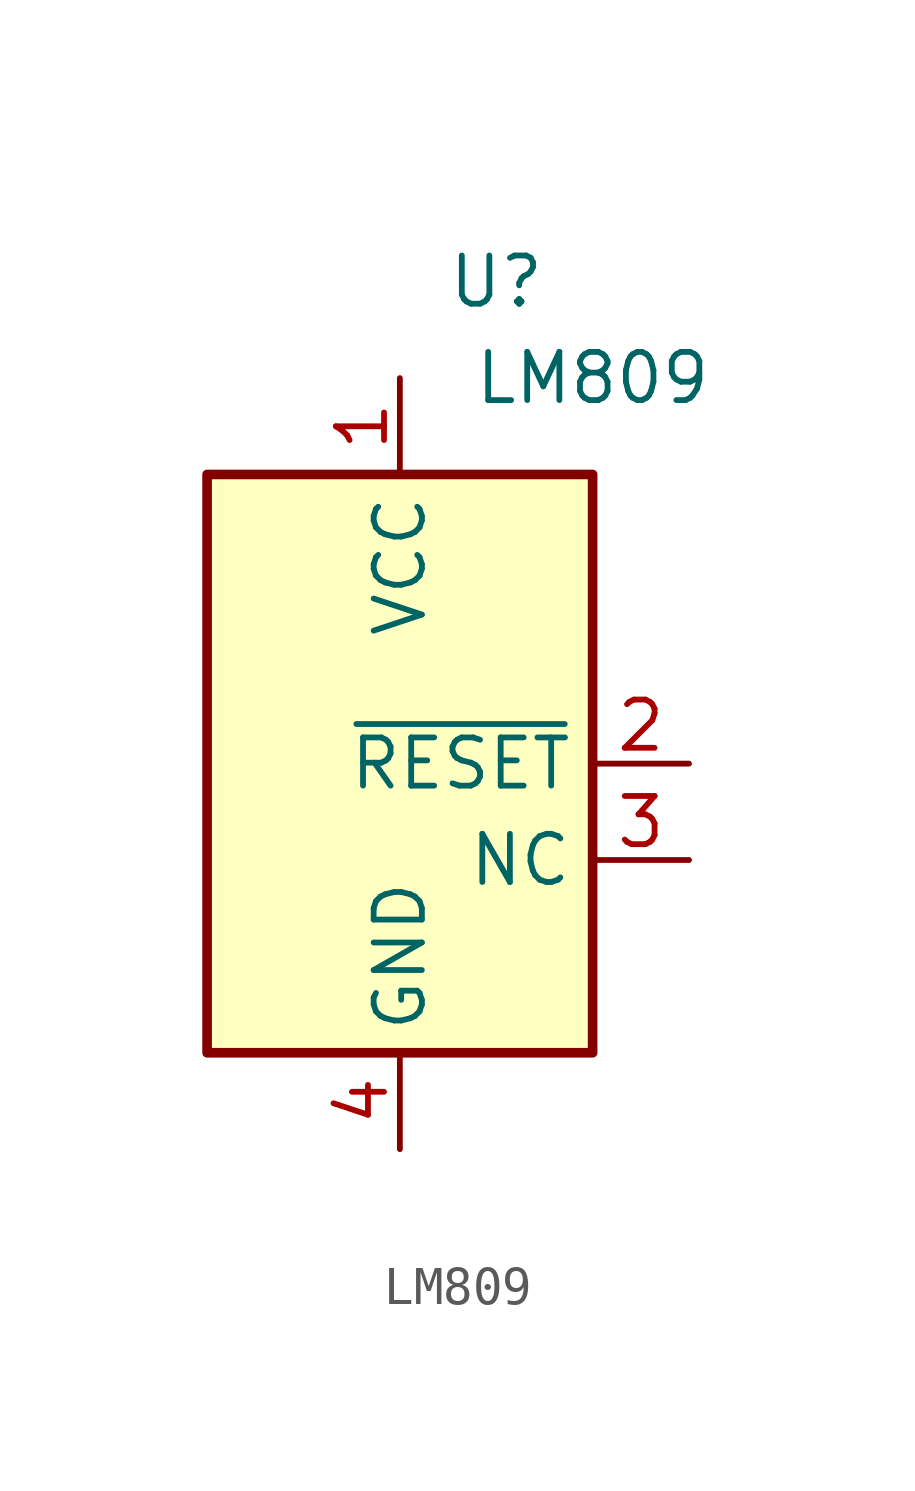
<source format=kicad_sym>
(kicad_symbol_lib
  (version 20231120)
  (generator "kicad_symbol_editor")
  (generator_version "8.0")
  (symbol "LM809"
    (property "Reference" "U"
      (at 2.54 12.7 0)
      (effects (font (size 1.27 1.27))))
    (property "Value" "LM809"
      (at 5.08 10.16 0)
      (effects (font (size 1.27 1.27))))
    (symbol "LM809_0_1"
      (rectangle (start 5.08 7.62) (end -5.08 -7.62) (stroke (width 0.254) (type default)) (fill (type background))))
    (symbol "LM809_1_1"
      (pin passive line (at 0 10.16 270) (length 2.54) (name "VCC" (effects (font (size 1.27 1.27)))) (number "1" (effects (font (size 1.27 1.27)))))
      (pin passive line (at 7.62 0 180) (length 2.54) (name "~{RESET}" (effects (font (size 1.27 1.27)))) (number "2" (effects (font (size 1.27 1.27)))))
      (pin passive line (at 7.62 -2.54 180) (length 2.54) (name "NC" (effects (font (size 1.27 1.27)))) (number "3" (effects (font (size 1.27 1.27)))))
      (pin passive line (at 0 -10.16 90) (length 2.54) (name "GND" (effects (font (size 1.27 1.27)))) (number "4" (effects (font (size 1.27 1.27))))))))
</source>
